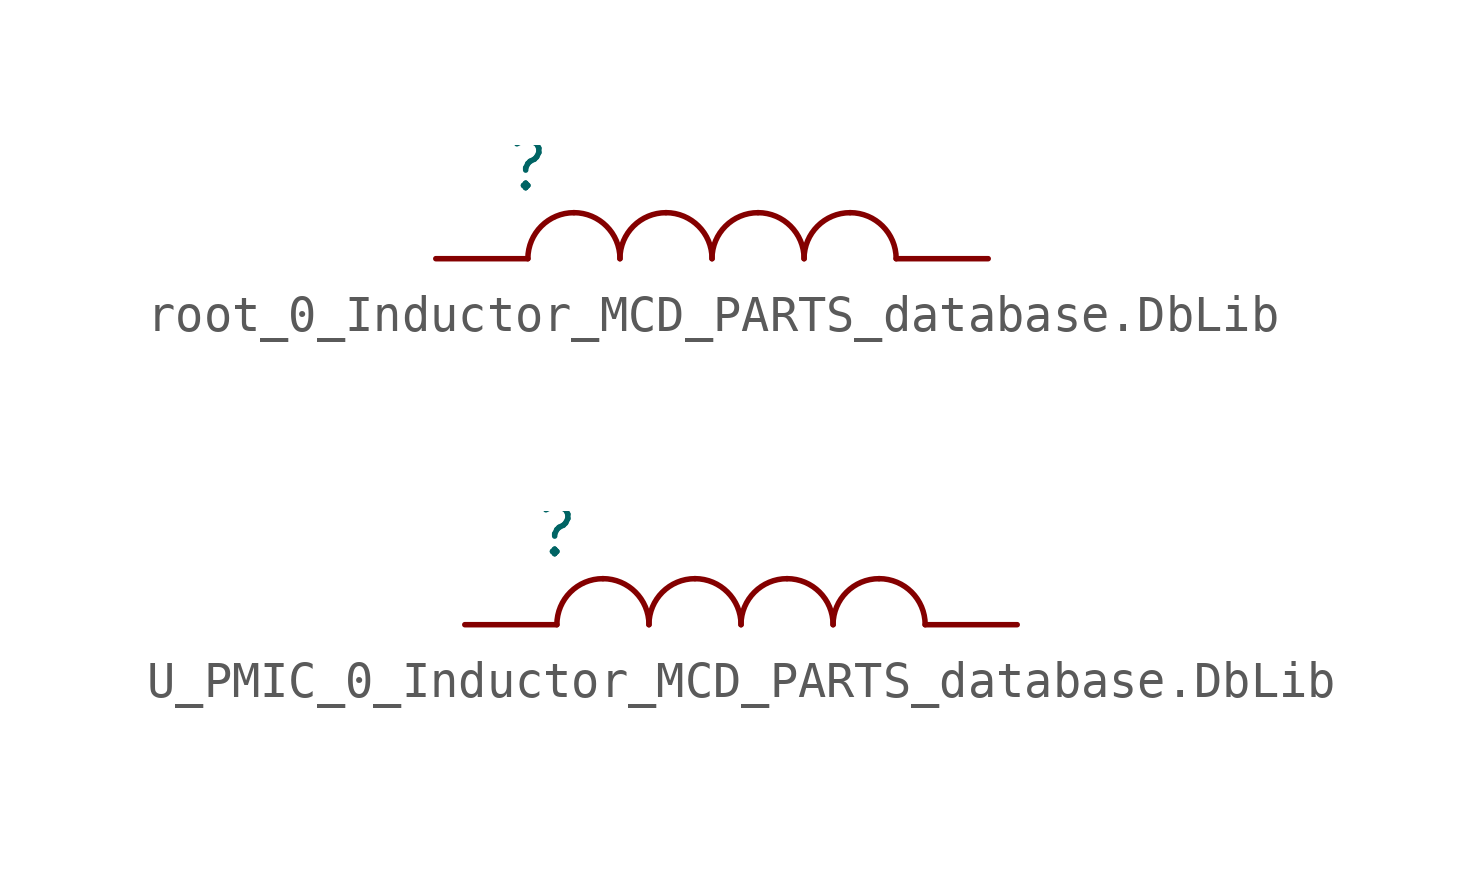
<source format=kicad_sym>
(kicad_symbol_lib
  (version 20241209)
  (generator "kicad_symbol_editor")
  (generator_version "9.0")
  (symbol "root_0_Inductor_MCD_PARTS_database.DbLib"
    (pin_numbers
      (hide yes))
    (pin_names
      (hide yes))
    (property "Reference" ""
      (at 0 0 0)
      (effects (font (size 1.27 1.27))))
    (property "Value" ""
      (at 0 0 0)
      (effects (font (size 1.27 1.27))))
    (symbol "root_0_Inductor_MCD_PARTS_database.DbLib_1_0"
      (arc (start 0 -2.54) (mid 0.372 -1.642) (end 1.27 -1.27) (stroke (width 0) (type solid)) (fill (type none)))
      (arc (start 1.27 -1.27) (mid 2.168 -1.642) (end 2.54 -2.54) (stroke (width 0) (type solid)) (fill (type none)))
      (arc (start 2.54 -2.54) (mid 2.912 -1.642) (end 3.81 -1.27) (stroke (width 0) (type solid)) (fill (type none)))
      (arc (start 3.81 -1.27) (mid 4.708 -1.642) (end 5.08 -2.54) (stroke (width 0) (type solid)) (fill (type none)))
      (arc (start 5.08 -2.54) (mid 5.452 -1.642) (end 6.35 -1.27) (stroke (width 0) (type solid)) (fill (type none)))
      (arc (start 6.35 -1.27) (mid 7.248 -1.642) (end 7.62 -2.54) (stroke (width 0) (type solid)) (fill (type none)))
      (arc (start 7.62 -2.54) (mid 7.992 -1.642) (end 8.89 -1.27) (stroke (width 0) (type solid)) (fill (type none)))
      (arc (start 8.89 -1.27) (mid 9.788 -1.642) (end 10.16 -2.54) (stroke (width 0) (type solid)) (fill (type none)))
      (pin passive line (at -2.54 -2.54 0) (length 2.54) (name "1" (effects (font (size 1.27 1.27)))) (number "1" (effects (font (size 1.27 1.27)))))
      (pin passive line (at 12.7 -2.54 180) (length 2.54) (name "2" (effects (font (size 1.27 1.27)))) (number "2" (effects (font (size 1.27 1.27)))))))
  (symbol "U_PMIC_0_Inductor_MCD_PARTS_database.DbLib"
    (pin_numbers
      (hide yes))
    (pin_names
      (hide yes))
    (property "Reference" ""
      (at 0 0 0)
      (effects (font (size 1.27 1.27))))
    (property "Value" ""
      (at 0 0 0)
      (effects (font (size 1.27 1.27))))
    (symbol "U_PMIC_0_Inductor_MCD_PARTS_database.DbLib_1_0"
      (arc (start 0 -2.54) (mid 0.372 -1.642) (end 1.27 -1.27) (stroke (width 0) (type solid)) (fill (type none)))
      (arc (start 1.27 -1.27) (mid 2.168 -1.642) (end 2.54 -2.54) (stroke (width 0) (type solid)) (fill (type none)))
      (arc (start 2.54 -2.54) (mid 2.912 -1.642) (end 3.81 -1.27) (stroke (width 0) (type solid)) (fill (type none)))
      (arc (start 3.81 -1.27) (mid 4.708 -1.642) (end 5.08 -2.54) (stroke (width 0) (type solid)) (fill (type none)))
      (arc (start 5.08 -2.54) (mid 5.452 -1.642) (end 6.35 -1.27) (stroke (width 0) (type solid)) (fill (type none)))
      (arc (start 6.35 -1.27) (mid 7.248 -1.642) (end 7.62 -2.54) (stroke (width 0) (type solid)) (fill (type none)))
      (arc (start 7.62 -2.54) (mid 7.992 -1.642) (end 8.89 -1.27) (stroke (width 0) (type solid)) (fill (type none)))
      (arc (start 8.89 -1.27) (mid 9.788 -1.642) (end 10.16 -2.54) (stroke (width 0) (type solid)) (fill (type none)))
      (pin passive line (at -2.54 -2.54 0) (length 2.54) (name "1" (effects (font (size 1.27 1.27)))) (number "1" (effects (font (size 1.27 1.27)))))
      (pin passive line (at 12.7 -2.54 180) (length 2.54) (name "2" (effects (font (size 1.27 1.27)))) (number "2" (effects (font (size 1.27 1.27))))))))
</source>
